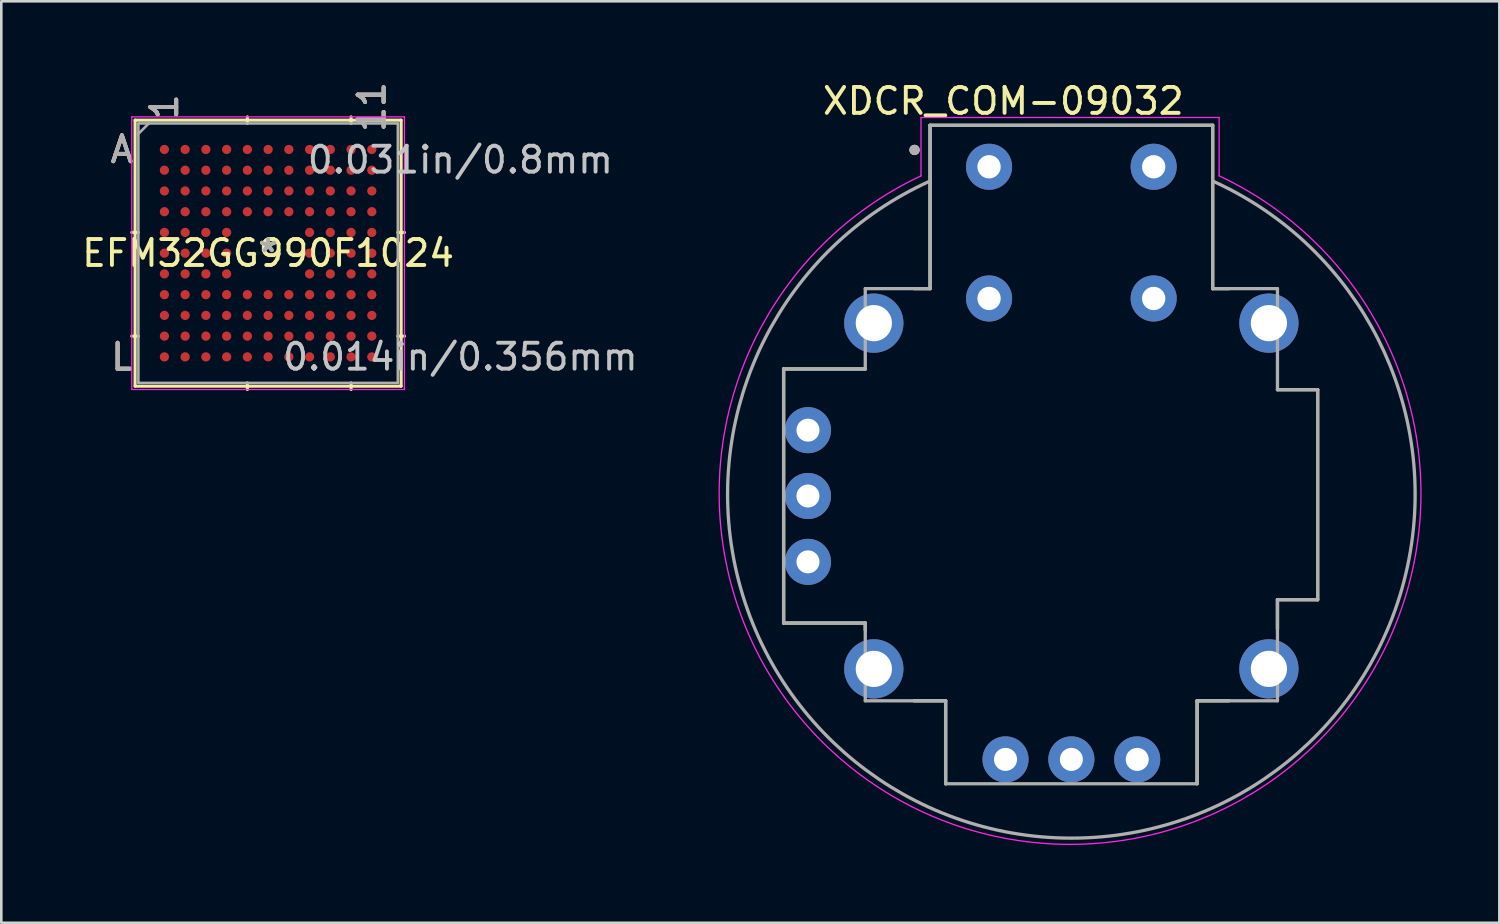
<source format=kicad_pcb>
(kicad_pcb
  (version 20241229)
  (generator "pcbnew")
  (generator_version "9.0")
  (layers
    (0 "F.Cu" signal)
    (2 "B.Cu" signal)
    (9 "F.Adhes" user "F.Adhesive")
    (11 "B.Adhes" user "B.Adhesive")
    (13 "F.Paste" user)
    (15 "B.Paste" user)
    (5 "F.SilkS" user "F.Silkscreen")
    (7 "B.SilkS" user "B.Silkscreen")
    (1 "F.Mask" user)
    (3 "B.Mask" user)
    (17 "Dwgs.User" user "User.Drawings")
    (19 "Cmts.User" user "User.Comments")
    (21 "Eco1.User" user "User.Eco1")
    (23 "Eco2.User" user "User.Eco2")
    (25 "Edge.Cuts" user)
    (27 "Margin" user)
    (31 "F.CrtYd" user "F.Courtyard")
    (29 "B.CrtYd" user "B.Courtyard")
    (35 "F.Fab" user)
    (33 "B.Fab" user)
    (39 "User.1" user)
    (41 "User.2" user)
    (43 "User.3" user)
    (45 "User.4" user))
  (footprint "XDCR_COM-09032"
    (layer "F.Cu")
    (at 38.277 16.083)
    (property "Reference" "XDCR_COM-09032" (at -2.625 -15.235 0) (layer "F.SilkS") (effects (font (size 1 1) (thickness 0.15))))
    (attr through_hole)
    (fp_line (start -11.1 -4.9) (end -7.95 -4.9) (stroke (width 0.127) (type solid)) (layer "F.SilkS"))
    (fp_line (start -11.1 4.9) (end -11.1 -4.9) (stroke (width 0.127) (type solid)) (layer "F.SilkS"))
    (fp_line (start -7.95 4.9) (end -11.1 4.9) (stroke (width 0.127) (type solid)) (layer "F.SilkS"))
    (fp_line (start -7.95 5.17) (end -7.95 4.9) (stroke (width 0.127) (type solid)) (layer "F.SilkS"))
    (fp_line (start -6.07 -8) (end -5.45 -8) (stroke (width 0.127) (type solid)) (layer "F.SilkS"))
    (fp_line (start -5.45 -14.3) (end 5.45 -14.3) (stroke (width 0.127) (type solid)) (layer "F.SilkS"))
    (fp_line (start -5.45 -8) (end -5.45 -14.3) (stroke (width 0.127) (type solid)) (layer "F.SilkS"))
    (fp_line (start -4.85 7.9) (end -6.07 7.9) (stroke (width 0.127) (type solid)) (layer "F.SilkS"))
    (fp_line (start -4.85 11.1) (end -4.85 7.9) (stroke (width 0.127) (type solid)) (layer "F.SilkS"))
    (fp_line (start 4.85 7.9) (end 4.85 11.1) (stroke (width 0.127) (type solid)) (layer "F.SilkS"))
    (fp_line (start 5.45 -14.3) (end 5.45 -8) (stroke (width 0.127) (type solid)) (layer "F.SilkS"))
    (fp_line (start 5.45 -8) (end 6.08 -8) (stroke (width 0.127) (type solid)) (layer "F.SilkS"))
    (fp_line (start 6.08 7.9) (end 4.85 7.9) (stroke (width 0.127) (type solid)) (layer "F.SilkS"))
    (fp_line (start 7.95 -4.1) (end 9.5 -4.1) (stroke (width 0.127) (type solid)) (layer "F.SilkS"))
    (fp_line (start 7.95 4) (end 7.95 5.12) (stroke (width 0.127) (type solid)) (layer "F.SilkS"))
    (fp_line (start 9.5 -4.1) (end 9.5 4) (stroke (width 0.127) (type solid)) (layer "F.SilkS"))
    (fp_line (start 9.5 4) (end 7.95 4) (stroke (width 0.127) (type solid)) (layer "F.SilkS"))
    (fp_circle (center -6.05 -13.35) (end -5.95 -13.35) (stroke (width 0.2) (type solid)) (fill no) (layer "F.SilkS"))
    (fp_line (start -5.8 -14.6) (end 5.7 -14.6) (stroke (width 0.05) (type solid)) (layer "F.CrtYd"))
    (fp_line (start -5.8 -12.35) (end -5.8 -14.6) (stroke (width 0.05) (type solid)) (layer "F.CrtYd"))
    (fp_line (start 5.7 -14.6) (end 5.7 -12.35) (stroke (width 0.05) (type solid)) (layer "F.CrtYd"))
    (fp_arc (start 5.7 -12.35) (mid -0.05 13.437438) (end -5.8 -12.35) (stroke (width 0.05) (type solid)) (layer "F.CrtYd"))
    (fp_line (start -11.1 -4.9) (end -11.1 4.9) (stroke (width 0.127) (type solid)) (layer "F.Fab"))
    (fp_line (start -7.95 -4.9) (end -11.1 -4.9) (stroke (width 0.127) (type solid)) (layer "F.Fab"))
    (fp_line (start -7.95 -4.9) (end -7.95 -8) (stroke (width 0.127) (type solid)) (layer "F.Fab"))
    (fp_line (start -7.95 4.9) (end -11.1 4.9) (stroke (width 0.127) (type solid)) (layer "F.Fab"))
    (fp_line (start -7.95 4.9) (end -7.95 7.9) (stroke (width 0.127) (type solid)) (layer "F.Fab"))
    (fp_line (start -5.45 -14.3) (end -5.45 -8) (stroke (width 0.127) (type solid)) (layer "F.Fab"))
    (fp_line (start -5.45 -8) (end -7.95 -8) (stroke (width 0.127) (type solid)) (layer "F.Fab"))
    (fp_line (start -4.85 7.9) (end -7.95 7.9) (stroke (width 0.127) (type solid)) (layer "F.Fab"))
    (fp_line (start -4.85 11.1) (end -4.85 7.9) (stroke (width 0.127) (type solid)) (layer "F.Fab"))
    (fp_line (start 4.85 7.9) (end 7.95 7.9) (stroke (width 0.127) (type solid)) (layer "F.Fab"))
    (fp_line (start 4.85 11.1) (end -4.85 11.1) (stroke (width 0.127) (type solid)) (layer "F.Fab"))
    (fp_line (start 4.85 11.1) (end 4.85 7.9) (stroke (width 0.127) (type solid)) (layer "F.Fab"))
    (fp_line (start 5.45 -14.3) (end -5.45 -14.3) (stroke (width 0.127) (type solid)) (layer "F.Fab"))
    (fp_line (start 5.45 -14.3) (end 5.45 -8) (stroke (width 0.127) (type solid)) (layer "F.Fab"))
    (fp_line (start 7.95 -8) (end 5.45 -8) (stroke (width 0.127) (type solid)) (layer "F.Fab"))
    (fp_line (start 7.95 -4.1) (end 7.95 -8) (stroke (width 0.127) (type solid)) (layer "F.Fab"))
    (fp_line (start 7.95 -4.1) (end 9.5 -4.1) (stroke (width 0.127) (type solid)) (layer "F.Fab"))
    (fp_line (start 7.95 4) (end 7.95 7.9) (stroke (width 0.127) (type solid)) (layer "F.Fab"))
    (fp_line (start 7.95 4) (end 9.5 4) (stroke (width 0.127) (type solid)) (layer "F.Fab"))
    (fp_line (start 9.5 -4.1) (end 9.5 4) (stroke (width 0.127) (type solid)) (layer "F.Fab"))
    (fp_arc (start 5.45 -12.15) (mid 0 13.197504) (end -5.45 -12.15) (stroke (width 0.127) (type solid)) (layer "F.Fab"))
    (fp_circle (center -6.05 -13.35) (end -5.95 -13.35) (stroke (width 0.2) (type solid)) (fill no) (layer "F.Fab"))
    (pad "B1A" thru_hole circle (at -3.175 -12.7) (size 1.778 1.778) (drill 0.9) (layers "*.Cu" "*.Mask"))
    (pad "B1B" thru_hole circle (at 3.175 -12.7) (size 1.778 1.778) (drill 0.9) (layers "*.Cu" "*.Mask"))
    (pad "B2A" thru_hole circle (at -3.175 -7.62) (size 1.778 1.778) (drill 0.9) (layers "*.Cu" "*.Mask"))
    (pad "B2B" thru_hole circle (at 3.175 -7.62) (size 1.778 1.778) (drill 0.9) (layers "*.Cu" "*.Mask"))
    (pad "H1" thru_hole circle (at -2.54 10.16) (size 1.778 1.778) (drill 0.889) (layers "*.Cu" "*.Mask"))
    (pad "H2" thru_hole circle (at 0 10.16) (size 1.778 1.778) (drill 0.889) (layers "*.Cu" "*.Mask"))
    (pad "H3" thru_hole circle (at 2.54 10.16) (size 1.778 1.778) (drill 0.889) (layers "*.Cu" "*.Mask"))
    (pad "S1" thru_hole circle (at -7.62 -6.668) (size 2.286 2.286) (drill 1.397) (layers "*.Cu" "*.Mask"))
    (pad "S2" thru_hole circle (at -7.62 6.668) (size 2.286 2.286) (drill 1.397) (layers "*.Cu" "*.Mask"))
    (pad "S3" thru_hole circle (at 7.62 6.668) (size 2.286 2.286) (drill 1.397) (layers "*.Cu" "*.Mask"))
    (pad "S4" thru_hole circle (at 7.62 -6.668) (size 2.286 2.286) (drill 1.397) (layers "*.Cu" "*.Mask"))
    (pad "V1" thru_hole circle (at -10.16 -2.54) (size 1.778 1.778) (drill 0.889) (layers "*.Cu" "*.Mask"))
    (pad "V2" thru_hole circle (at -10.16 0) (size 1.778 1.778) (drill 0.889) (layers "*.Cu" "*.Mask"))
    (pad "V3" thru_hole circle (at -10.16 2.54) (size 1.778 1.778) (drill 0.889) (layers "*.Cu" "*.Mask")))
  (footprint "EFM32GG990F1024"
    (layer "F.Cu")
    (at 7.292 6.716)
    (property "Reference" "EFM32GG990F1024" (at 0 0 0) (layer "F.SilkS") (effects (font (size 1 1) (thickness 0.15))))
    (attr through_hole)
    (fp_line (start -5.131 -5.131) (end -5.131 5.131) (stroke (width 0.12) (type solid)) (layer "F.SilkS"))
    (fp_line (start -5.131 5.131) (end 5.131 5.131) (stroke (width 0.12) (type solid)) (layer "F.SilkS"))
    (fp_line (start -5.004 -0.8) (end -5.258 -0.8) (stroke (width 0.12) (type solid)) (layer "F.SilkS"))
    (fp_line (start -5.004 3.2) (end -5.258 3.2) (stroke (width 0.12) (type solid)) (layer "F.SilkS"))
    (fp_line (start -0.8 -5.004) (end -0.8 -5.258) (stroke (width 0.12) (type solid)) (layer "F.SilkS"))
    (fp_line (start -0.8 5.004) (end -0.8 5.258) (stroke (width 0.12) (type solid)) (layer "F.SilkS"))
    (fp_line (start 3.2 -5.004) (end 3.2 -5.258) (stroke (width 0.12) (type solid)) (layer "F.SilkS"))
    (fp_line (start 3.2 5.004) (end 3.2 5.258) (stroke (width 0.12) (type solid)) (layer "F.SilkS"))
    (fp_line (start 5.004 -0.8) (end 5.258 -0.8) (stroke (width 0.12) (type solid)) (layer "F.SilkS"))
    (fp_line (start 5.004 3.2) (end 5.258 3.2) (stroke (width 0.12) (type solid)) (layer "F.SilkS"))
    (fp_line (start 5.131 -5.131) (end -5.131 -5.131) (stroke (width 0.12) (type solid)) (layer "F.SilkS"))
    (fp_line (start 5.131 5.131) (end 5.131 -5.131) (stroke (width 0.12) (type solid)) (layer "F.SilkS"))
    (fp_line (start -5.258 -5.258) (end 5.258 -5.258) (stroke (width 0.05) (type solid)) (layer "F.CrtYd"))
    (fp_line (start -5.258 5.258) (end -5.258 -5.258) (stroke (width 0.05) (type solid)) (layer "F.CrtYd"))
    (fp_line (start 5.258 -5.258) (end 5.258 5.258) (stroke (width 0.05) (type solid)) (layer "F.CrtYd"))
    (fp_line (start 5.258 5.258) (end -5.258 5.258) (stroke (width 0.05) (type solid)) (layer "F.CrtYd"))
    (fp_line (start -5.004 -5.004) (end -5.004 5.004) (stroke (width 0.1) (type solid)) (layer "F.Fab"))
    (fp_line (start -5.004 5.004) (end 5.004 5.004) (stroke (width 0.1) (type solid)) (layer "F.Fab"))
    (fp_line (start -4.604 -5.004) (end -5.004 -4.604) (stroke (width 0.1) (type solid)) (layer "F.Fab"))
    (fp_line (start 5.004 -5.004) (end -5.004 -5.004) (stroke (width 0.1) (type solid)) (layer "F.Fab"))
    (fp_line (start 5.004 5.004) (end 5.004 -5.004) (stroke (width 0.1) (type solid)) (layer "F.Fab"))
    (fp_text user "L" (at -5.639 4 0) (layer "F.SilkS") (effects (font (size 1 1) (thickness 0.15))))
    (fp_text user "*" (at 0 0 0) (layer "F.SilkS") (effects (font (size 1 1) (thickness 0.15))))
    (fp_text user "1" (at -4 -5.639 90) (layer "F.SilkS") (effects (font (size 1 1) (thickness 0.15))))
    (fp_text user "A" (at -5.639 -4 0) (layer "F.SilkS") (effects (font (size 1 1) (thickness 0.15))))
    (fp_text user "11" (at 4 -5.639 90) (layer "F.SilkS") (effects (font (size 1 1) (thickness 0.15))))
    (fp_text user "L" (at -5.639 4 0) (layer "B.SilkS") (effects (font (size 1 1) (thickness 0.15))))
    (fp_text user "11" (at 4 -5.639 90) (layer "B.SilkS") (effects (font (size 1 1) (thickness 0.15))))
    (fp_text user "1" (at -4 -5.639 90) (layer "B.SilkS") (effects (font (size 1 1) (thickness 0.15))))
    (fp_text user "A" (at -5.639 -4 0) (layer "B.SilkS") (effects (font (size 1 1) (thickness 0.15))))
    (fp_text user "0.014in/0.356mm" (at 7.417 4 0) (layer "Dwgs.User") (effects (font (size 1 1) (thickness 0.15))))
    (fp_text user "0.031in/0.8mm" (at 7.417 -3.6 0) (layer "Dwgs.User") (effects (font (size 1 1) (thickness 0.15))))
    (fp_text user "Copyright 2021 Accelerated Designs. All rights reserved." (at 0 0 0) (layer "Cmts.User") (effects (font (size 0.127 0.127) (thickness 0.002))))
    (fp_text user "A" (at -5.639 -4 0) (layer "F.Fab") (effects (font (size 1 1) (thickness 0.15))))
    (fp_text user "*" (at 0 0 0) (layer "F.Fab") (effects (font (size 1 1) (thickness 0.15))))
    (fp_text user "L" (at -5.639 4 0) (layer "F.Fab") (effects (font (size 1 1) (thickness 0.15))))
    (fp_text user "1" (at -4 -5.639 90) (layer "F.Fab") (effects (font (size 1 1) (thickness 0.15))))
    (fp_text user "11" (at 4 -5.639 90) (layer "F.Fab") (effects (font (size 1 1) (thickness 0.15))))
    (pad "A1" smd circle (at -4 -4) (size 0.356 0.356) (layers "F.Cu" "F.Mask" "F.Paste"))
    (pad "A2" smd circle (at -3.2 -4) (size 0.356 0.356) (layers "F.Cu" "F.Mask" "F.Paste"))
    (pad "A3" smd circle (at -2.4 -4) (size 0.356 0.356) (layers "F.Cu" "F.Mask" "F.Paste"))
    (pad "A4" smd circle (at -1.6 -4) (size 0.356 0.356) (layers "F.Cu" "F.Mask" "F.Paste"))
    (pad "A5" smd circle (at -0.8 -4) (size 0.356 0.356) (layers "F.Cu" "F.Mask" "F.Paste"))
    (pad "A6" smd circle (at 0 -4) (size 0.356 0.356) (layers "F.Cu" "F.Mask" "F.Paste"))
    (pad "A7" smd circle (at 0.8 -4) (size 0.356 0.356) (layers "F.Cu" "F.Mask" "F.Paste"))
    (pad "A8" smd circle (at 1.6 -4) (size 0.356 0.356) (layers "F.Cu" "F.Mask" "F.Paste"))
    (pad "A9" smd circle (at 2.4 -4) (size 0.356 0.356) (layers "F.Cu" "F.Mask" "F.Paste"))
    (pad "A10" smd circle (at 3.2 -4) (size 0.356 0.356) (layers "F.Cu" "F.Mask" "F.Paste"))
    (pad "A11" smd circle (at 4 -4) (size 0.356 0.356) (layers "F.Cu" "F.Mask" "F.Paste"))
    (pad "B1" smd circle (at -4 -3.2) (size 0.356 0.356) (layers "F.Cu" "F.Mask" "F.Paste"))
    (pad "B2" smd circle (at -3.2 -3.2) (size 0.356 0.356) (layers "F.Cu" "F.Mask" "F.Paste"))
    (pad "B3" smd circle (at -2.4 -3.2) (size 0.356 0.356) (layers "F.Cu" "F.Mask" "F.Paste"))
    (pad "B4" smd circle (at -1.6 -3.2) (size 0.356 0.356) (layers "F.Cu" "F.Mask" "F.Paste"))
    (pad "B5" smd circle (at -0.8 -3.2) (size 0.356 0.356) (layers "F.Cu" "F.Mask" "F.Paste"))
    (pad "B6" smd circle (at 0 -3.2) (size 0.356 0.356) (layers "F.Cu" "F.Mask" "F.Paste"))
    (pad "B7" smd circle (at 0.8 -3.2) (size 0.356 0.356) (layers "F.Cu" "F.Mask" "F.Paste"))
    (pad "B8" smd circle (at 1.6 -3.2) (size 0.356 0.356) (layers "F.Cu" "F.Mask" "F.Paste"))
    (pad "B9" smd circle (at 2.4 -3.2) (size 0.356 0.356) (layers "F.Cu" "F.Mask" "F.Paste"))
    (pad "B10" smd circle (at 3.2 -3.2) (size 0.356 0.356) (layers "F.Cu" "F.Mask" "F.Paste"))
    (pad "B11" smd circle (at 4 -3.2) (size 0.356 0.356) (layers "F.Cu" "F.Mask" "F.Paste"))
    (pad "C1" smd circle (at -4 -2.4) (size 0.356 0.356) (layers "F.Cu" "F.Mask" "F.Paste"))
    (pad "C2" smd circle (at -3.2 -2.4) (size 0.356 0.356) (layers "F.Cu" "F.Mask" "F.Paste"))
    (pad "C3" smd circle (at -2.4 -2.4) (size 0.356 0.356) (layers "F.Cu" "F.Mask" "F.Paste"))
    (pad "C4" smd circle (at -1.6 -2.4) (size 0.356 0.356) (layers "F.Cu" "F.Mask" "F.Paste"))
    (pad "C5" smd circle (at -0.8 -2.4) (size 0.356 0.356) (layers "F.Cu" "F.Mask" "F.Paste"))
    (pad "C6" smd circle (at 0 -2.4) (size 0.356 0.356) (layers "F.Cu" "F.Mask" "F.Paste"))
    (pad "C7" smd circle (at 0.8 -2.4) (size 0.356 0.356) (layers "F.Cu" "F.Mask" "F.Paste"))
    (pad "C8" smd circle (at 1.6 -2.4) (size 0.356 0.356) (layers "F.Cu" "F.Mask" "F.Paste"))
    (pad "C9" smd circle (at 2.4 -2.4) (size 0.356 0.356) (layers "F.Cu" "F.Mask" "F.Paste"))
    (pad "C10" smd circle (at 3.2 -2.4) (size 0.356 0.356) (layers "F.Cu" "F.Mask" "F.Paste"))
    (pad "C11" smd circle (at 4 -2.4) (size 0.356 0.356) (layers "F.Cu" "F.Mask" "F.Paste"))
    (pad "D1" smd circle (at -4 -1.6) (size 0.356 0.356) (layers "F.Cu" "F.Mask" "F.Paste"))
    (pad "D2" smd circle (at -3.2 -1.6) (size 0.356 0.356) (layers "F.Cu" "F.Mask" "F.Paste"))
    (pad "D3" smd circle (at -2.4 -1.6) (size 0.356 0.356) (layers "F.Cu" "F.Mask" "F.Paste"))
    (pad "D4" smd circle (at -1.6 -1.6) (size 0.356 0.356) (layers "F.Cu" "F.Mask" "F.Paste"))
    (pad "D5" smd circle (at -0.8 -1.6) (size 0.356 0.356) (layers "F.Cu" "F.Mask" "F.Paste"))
    (pad "D6" smd circle (at 0 -1.6) (size 0.356 0.356) (layers "F.Cu" "F.Mask" "F.Paste"))
    (pad "D7" smd circle (at 0.8 -1.6) (size 0.356 0.356) (layers "F.Cu" "F.Mask" "F.Paste"))
    (pad "D8" smd circle (at 1.6 -1.6) (size 0.356 0.356) (layers "F.Cu" "F.Mask" "F.Paste"))
    (pad "D9" smd circle (at 2.4 -1.6) (size 0.356 0.356) (layers "F.Cu" "F.Mask" "F.Paste"))
    (pad "D10" smd circle (at 3.2 -1.6) (size 0.356 0.356) (layers "F.Cu" "F.Mask" "F.Paste"))
    (pad "D11" smd circle (at 4 -1.6) (size 0.356 0.356) (layers "F.Cu" "F.Mask" "F.Paste"))
    (pad "E1" smd circle (at -4 -0.8) (size 0.356 0.356) (layers "F.Cu" "F.Mask" "F.Paste"))
    (pad "E2" smd circle (at -3.2 -0.8) (size 0.356 0.356) (layers "F.Cu" "F.Mask" "F.Paste"))
    (pad "E3" smd circle (at -2.4 -0.8) (size 0.356 0.356) (layers "F.Cu" "F.Mask" "F.Paste"))
    (pad "E4" smd circle (at -1.6 -0.8) (size 0.356 0.356) (layers "F.Cu" "F.Mask" "F.Paste"))
    (pad "E8" smd circle (at 1.6 -0.8) (size 0.356 0.356) (layers "F.Cu" "F.Mask" "F.Paste"))
    (pad "E9" smd circle (at 2.4 -0.8) (size 0.356 0.356) (layers "F.Cu" "F.Mask" "F.Paste"))
    (pad "E10" smd circle (at 3.2 -0.8) (size 0.356 0.356) (layers "F.Cu" "F.Mask" "F.Paste"))
    (pad "E11" smd circle (at 4 -0.8) (size 0.356 0.356) (layers "F.Cu" "F.Mask" "F.Paste"))
    (pad "F1" smd circle (at -4 0) (size 0.356 0.356) (layers "F.Cu" "F.Mask" "F.Paste"))
    (pad "F2" smd circle (at -3.2 0) (size 0.356 0.356) (layers "F.Cu" "F.Mask" "F.Paste"))
    (pad "F3" smd circle (at -2.4 0) (size 0.356 0.356) (layers "F.Cu" "F.Mask" "F.Paste"))
    (pad "F4" smd circle (at -1.6 0) (size 0.356 0.356) (layers "F.Cu" "F.Mask" "F.Paste"))
    (pad "F8" smd circle (at 1.6 0) (size 0.356 0.356) (layers "F.Cu" "F.Mask" "F.Paste"))
    (pad "F9" smd circle (at 2.4 0) (size 0.356 0.356) (layers "F.Cu" "F.Mask" "F.Paste"))
    (pad "F10" smd circle (at 3.2 0) (size 0.356 0.356) (layers "F.Cu" "F.Mask" "F.Paste"))
    (pad "F11" smd circle (at 4 0) (size 0.356 0.356) (layers "F.Cu" "F.Mask" "F.Paste"))
    (pad "G1" smd circle (at -4 0.8) (size 0.356 0.356) (layers "F.Cu" "F.Mask" "F.Paste"))
    (pad "G2" smd circle (at -3.2 0.8) (size 0.356 0.356) (layers "F.Cu" "F.Mask" "F.Paste"))
    (pad "G3" smd circle (at -2.4 0.8) (size 0.356 0.356) (layers "F.Cu" "F.Mask" "F.Paste"))
    (pad "G4" smd circle (at -1.6 0.8) (size 0.356 0.356) (layers "F.Cu" "F.Mask" "F.Paste"))
    (pad "G8" smd circle (at 1.6 0.8) (size 0.356 0.356) (layers "F.Cu" "F.Mask" "F.Paste"))
    (pad "G9" smd circle (at 2.4 0.8) (size 0.356 0.356) (layers "F.Cu" "F.Mask" "F.Paste"))
    (pad "G10" smd circle (at 3.2 0.8) (size 0.356 0.356) (layers "F.Cu" "F.Mask" "F.Paste"))
    (pad "G11" smd circle (at 4 0.8) (size 0.356 0.356) (layers "F.Cu" "F.Mask" "F.Paste"))
    (pad "H1" smd circle (at -4 1.6) (size 0.356 0.356) (layers "F.Cu" "F.Mask" "F.Paste"))
    (pad "H2" smd circle (at -3.2 1.6) (size 0.356 0.356) (layers "F.Cu" "F.Mask" "F.Paste"))
    (pad "H3" smd circle (at -2.4 1.6) (size 0.356 0.356) (layers "F.Cu" "F.Mask" "F.Paste"))
    (pad "H4" smd circle (at -1.6 1.6) (size 0.356 0.356) (layers "F.Cu" "F.Mask" "F.Paste"))
    (pad "H5" smd circle (at -0.8 1.6) (size 0.356 0.356) (layers "F.Cu" "F.Mask" "F.Paste"))
    (pad "H6" smd circle (at 0 1.6) (size 0.356 0.356) (layers "F.Cu" "F.Mask" "F.Paste"))
    (pad "H7" smd circle (at 0.8 1.6) (size 0.356 0.356) (layers "F.Cu" "F.Mask" "F.Paste"))
    (pad "H8" smd circle (at 1.6 1.6) (size 0.356 0.356) (layers "F.Cu" "F.Mask" "F.Paste"))
    (pad "H9" smd circle (at 2.4 1.6) (size 0.356 0.356) (layers "F.Cu" "F.Mask" "F.Paste"))
    (pad "H10" smd circle (at 3.2 1.6) (size 0.356 0.356) (layers "F.Cu" "F.Mask" "F.Paste"))
    (pad "H11" smd circle (at 4 1.6) (size 0.356 0.356) (layers "F.Cu" "F.Mask" "F.Paste"))
    (pad "J1" smd circle (at -4 2.4) (size 0.356 0.356) (layers "F.Cu" "F.Mask" "F.Paste"))
    (pad "J2" smd circle (at -3.2 2.4) (size 0.356 0.356) (layers "F.Cu" "F.Mask" "F.Paste"))
    (pad "J3" smd circle (at -2.4 2.4) (size 0.356 0.356) (layers "F.Cu" "F.Mask" "F.Paste"))
    (pad "J4" smd circle (at -1.6 2.4) (size 0.356 0.356) (layers "F.Cu" "F.Mask" "F.Paste"))
    (pad "J5" smd circle (at -0.8 2.4) (size 0.356 0.356) (layers "F.Cu" "F.Mask" "F.Paste"))
    (pad "J6" smd circle (at 0 2.4) (size 0.356 0.356) (layers "F.Cu" "F.Mask" "F.Paste"))
    (pad "J7" smd circle (at 0.8 2.4) (size 0.356 0.356) (layers "F.Cu" "F.Mask" "F.Paste"))
    (pad "J8" smd circle (at 1.6 2.4) (size 0.356 0.356) (layers "F.Cu" "F.Mask" "F.Paste"))
    (pad "J9" smd circle (at 2.4 2.4) (size 0.356 0.356) (layers "F.Cu" "F.Mask" "F.Paste"))
    (pad "J10" smd circle (at 3.2 2.4) (size 0.356 0.356) (layers "F.Cu" "F.Mask" "F.Paste"))
    (pad "J11" smd circle (at 4 2.4) (size 0.356 0.356) (layers "F.Cu" "F.Mask" "F.Paste"))
    (pad "K1" smd circle (at -4 3.2) (size 0.356 0.356) (layers "F.Cu" "F.Mask" "F.Paste"))
    (pad "K2" smd circle (at -3.2 3.2) (size 0.356 0.356) (layers "F.Cu" "F.Mask" "F.Paste"))
    (pad "K3" smd circle (at -2.4 3.2) (size 0.356 0.356) (layers "F.Cu" "F.Mask" "F.Paste"))
    (pad "K4" smd circle (at -1.6 3.2) (size 0.356 0.356) (layers "F.Cu" "F.Mask" "F.Paste"))
    (pad "K5" smd circle (at -0.8 3.2) (size 0.356 0.356) (layers "F.Cu" "F.Mask" "F.Paste"))
    (pad "K6" smd circle (at 0 3.2) (size 0.356 0.356) (layers "F.Cu" "F.Mask" "F.Paste"))
    (pad "K7" smd circle (at 0.8 3.2) (size 0.356 0.356) (layers "F.Cu" "F.Mask" "F.Paste"))
    (pad "K8" smd circle (at 1.6 3.2) (size 0.356 0.356) (layers "F.Cu" "F.Mask" "F.Paste"))
    (pad "K9" smd circle (at 2.4 3.2) (size 0.356 0.356) (layers "F.Cu" "F.Mask" "F.Paste"))
    (pad "K10" smd circle (at 3.2 3.2) (size 0.356 0.356) (layers "F.Cu" "F.Mask" "F.Paste"))
    (pad "K11" smd circle (at 4 3.2) (size 0.356 0.356) (layers "F.Cu" "F.Mask" "F.Paste"))
    (pad "L1" smd circle (at -4 4) (size 0.356 0.356) (layers "F.Cu" "F.Mask" "F.Paste"))
    (pad "L2" smd circle (at -3.2 4) (size 0.356 0.356) (layers "F.Cu" "F.Mask" "F.Paste"))
    (pad "L3" smd circle (at -2.4 4) (size 0.356 0.356) (layers "F.Cu" "F.Mask" "F.Paste"))
    (pad "L4" smd circle (at -1.6 4) (size 0.356 0.356) (layers "F.Cu" "F.Mask" "F.Paste"))
    (pad "L5" smd circle (at -0.8 4) (size 0.356 0.356) (layers "F.Cu" "F.Mask" "F.Paste"))
    (pad "L6" smd circle (at 0 4) (size 0.356 0.356) (layers "F.Cu" "F.Mask" "F.Paste"))
    (pad "L7" smd circle (at 0.8 4) (size 0.356 0.356) (layers "F.Cu" "F.Mask" "F.Paste"))
    (pad "L8" smd circle (at 1.6 4) (size 0.356 0.356) (layers "F.Cu" "F.Mask" "F.Paste"))
    (pad "L9" smd circle (at 2.4 4) (size 0.356 0.356) (layers "F.Cu" "F.Mask" "F.Paste"))
    (pad "L10" smd circle (at 3.2 4) (size 0.356 0.356) (layers "F.Cu" "F.Mask" "F.Paste"))
    (pad "L11" smd circle (at 4 4) (size 0.356 0.356) (layers "F.Cu" "F.Mask" "F.Paste")))
  (gr_rect
    (start -3 -3)
    (end 54.786 32.546)
    (stroke (width 0.1) (type default))
    (fill no)
    (layer "Edge.Cuts")))
</source>
